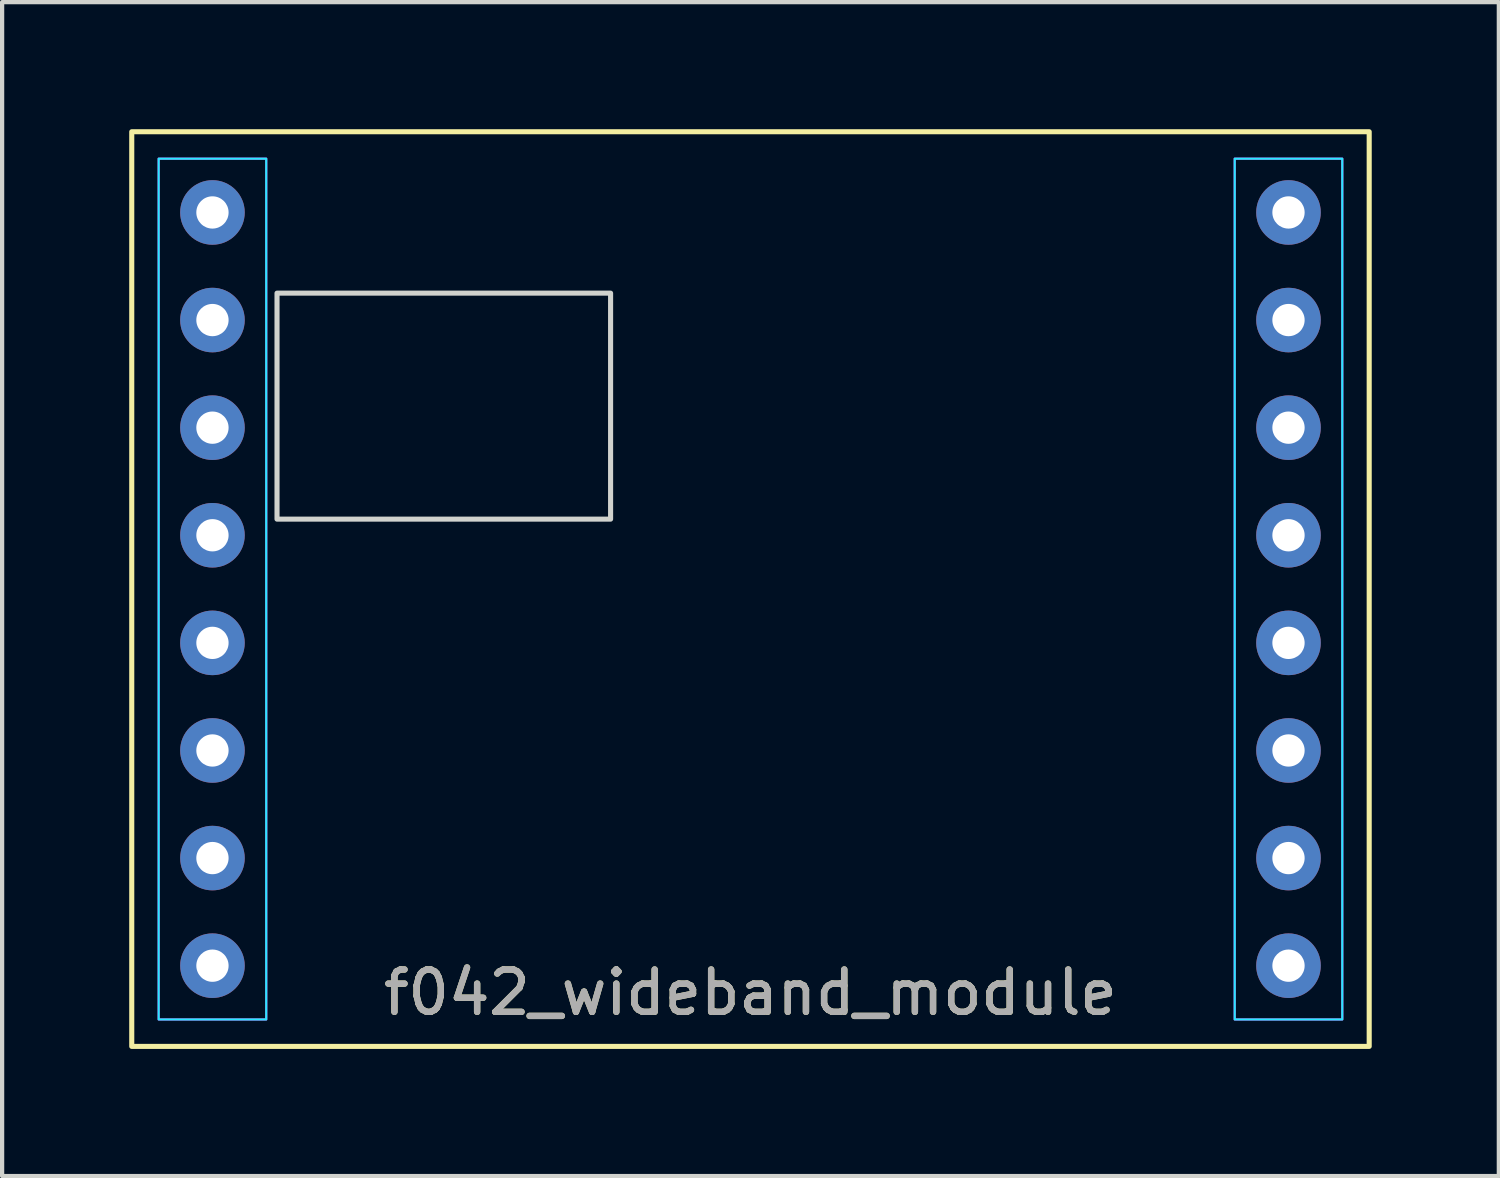
<source format=kicad_pcb>
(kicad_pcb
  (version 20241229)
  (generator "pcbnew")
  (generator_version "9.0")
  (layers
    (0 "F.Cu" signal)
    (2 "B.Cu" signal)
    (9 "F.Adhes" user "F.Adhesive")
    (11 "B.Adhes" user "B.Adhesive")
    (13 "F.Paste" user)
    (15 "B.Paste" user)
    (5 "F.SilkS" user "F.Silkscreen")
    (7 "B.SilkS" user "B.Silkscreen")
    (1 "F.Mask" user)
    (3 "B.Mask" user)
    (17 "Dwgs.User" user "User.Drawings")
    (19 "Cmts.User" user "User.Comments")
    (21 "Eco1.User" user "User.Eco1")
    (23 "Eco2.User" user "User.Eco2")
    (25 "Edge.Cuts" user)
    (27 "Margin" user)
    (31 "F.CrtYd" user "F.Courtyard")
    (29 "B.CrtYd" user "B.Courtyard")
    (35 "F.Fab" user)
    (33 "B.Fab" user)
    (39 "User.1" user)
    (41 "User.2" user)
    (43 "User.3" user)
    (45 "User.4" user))
  (footprint "f042_wideband_module"
    (layer "F.Cu")
    (at 1.965 1.965)
    (property "Reference" "f042_wideband_module" (at 12.7 18.415 0) (unlocked yes) (layer "F.SilkS") (effects (font (size 1 1) (thickness 0.15))))
    (attr through_hole)
    (fp_rect (start -1.905 -1.905) (end 27.305 19.685) (stroke (width 0.12) (type solid)) (fill no) (layer "F.SilkS"))
    (fp_rect (start 1.524 1.905) (end 9.398 7.239) (stroke (width 0.12) (type solid)) (fill no) (layer "Edge.Cuts"))
    (fp_rect (start -1.27 -1.27) (end 1.27 19.05) (stroke (width 0.05) (type solid)) (fill no) (layer "B.CrtYd"))
    (fp_rect (start 24.13 -1.27) (end 26.67 19.05) (stroke (width 0.05) (type solid)) (fill no) (layer "B.CrtYd"))
    (fp_rect (start -1.27 -1.27) (end 1.27 19.05) (stroke (width 0.05) (type solid)) (fill no) (layer "F.CrtYd"))
    (fp_rect (start 24.13 19.05) (end 26.67 -1.27) (stroke (width 0.05) (type solid)) (fill no) (layer "F.CrtYd"))
    (fp_text user "${REFERENCE}" (at 12.7 18.415 0) (unlocked yes) (layer "F.Fab") (effects (font (size 1 1) (thickness 0.15))))
    (pad "1" thru_hole circle (at 0 0) (size 1.524 1.524) (drill 0.762) (layers "*.Cu" "*.Mask"))
    (pad "2" thru_hole circle (at 0 2.54) (size 1.524 1.524) (drill 0.762) (layers "*.Cu" "*.Mask"))
    (pad "3" thru_hole circle (at 0 5.08) (size 1.524 1.524) (drill 0.762) (layers "*.Cu" "*.Mask"))
    (pad "4" thru_hole circle (at 0 7.62) (size 1.524 1.524) (drill 0.762) (layers "*.Cu" "*.Mask"))
    (pad "5" thru_hole circle (at 0 10.16) (size 1.524 1.524) (drill 0.762) (layers "*.Cu" "*.Mask"))
    (pad "6" thru_hole circle (at 0 12.7) (size 1.524 1.524) (drill 0.762) (layers "*.Cu" "*.Mask"))
    (pad "7" thru_hole circle (at 0 15.24) (size 1.524 1.524) (drill 0.762) (layers "*.Cu" "*.Mask"))
    (pad "8" thru_hole circle (at 0 17.78) (size 1.524 1.524) (drill 0.762) (layers "*.Cu" "*.Mask"))
    (pad "9" thru_hole circle (at 25.4 0) (size 1.524 1.524) (drill 0.762) (layers "*.Cu" "*.Mask"))
    (pad "10" thru_hole circle (at 25.4 2.54) (size 1.524 1.524) (drill 0.762) (layers "*.Cu" "*.Mask"))
    (pad "11" thru_hole circle (at 25.4 5.08) (size 1.524 1.524) (drill 0.762) (layers "*.Cu" "*.Mask"))
    (pad "12" thru_hole circle (at 25.4 7.62) (size 1.524 1.524) (drill 0.762) (layers "*.Cu" "*.Mask"))
    (pad "13" thru_hole circle (at 25.4 10.16) (size 1.524 1.524) (drill 0.762) (layers "*.Cu" "*.Mask"))
    (pad "14" thru_hole circle (at 25.4 12.7) (size 1.524 1.524) (drill 0.762) (layers "*.Cu" "*.Mask"))
    (pad "15" thru_hole circle (at 25.4 15.24) (size 1.524 1.524) (drill 0.762) (layers "*.Cu" "*.Mask"))
    (pad "16" thru_hole circle (at 25.4 17.78) (size 1.524 1.524) (drill 0.762) (layers "*.Cu" "*.Mask")))
  (gr_rect
    (start -3 -3)
    (end 32.33 24.71)
    (stroke (width 0.1) (type default))
    (fill no)
    (layer "Edge.Cuts")))
</source>
